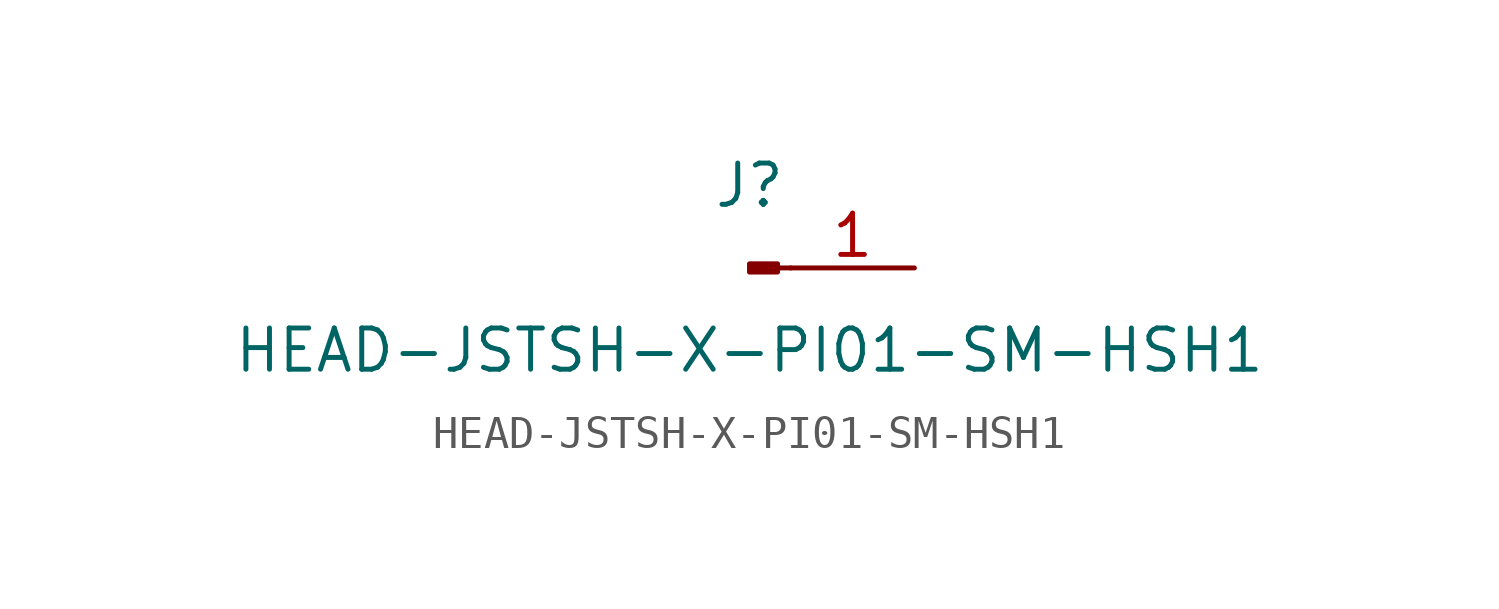
<source format=kicad_sym>
(kicad_symbol_lib
  (version 20211014)
  (generator kicad_symbol_editor)
  (symbol "HEAD-JSTSH-X-PI01-SM-HSH1"
    (pin_names
      (offset 1.016) hide)
    (property "Reference" "J"
      (at 0 2.54 0)
      (effects (font (size 1.27 1.27))))
    (property "Value" "HEAD-JSTSH-X-PI01-SM-HSH1"
      (at 0 -2.54 0)
      (effects (font (size 1.27 1.27))))
    (symbol "HEAD-JSTSH-X-PI01-SM-HSH1_1_1"
      (polyline (pts (xy 1.27 0) (xy 0.864 0)) (stroke (width 0.152) (type default) (color 0 0 0 0)) (fill (type none)))
      (rectangle (start 0.864 0.127) (end 0 -0.127) (stroke (width 0.152) (type default) (color 0 0 0 0)) (fill (type outline)))
      (pin passive line (at 5.08 0 180) (length 3.81) (name "Pin_1" (effects (font (size 1.27 1.27)))) (number "1" (effects (font (size 1.27 1.27))))))))
</source>
